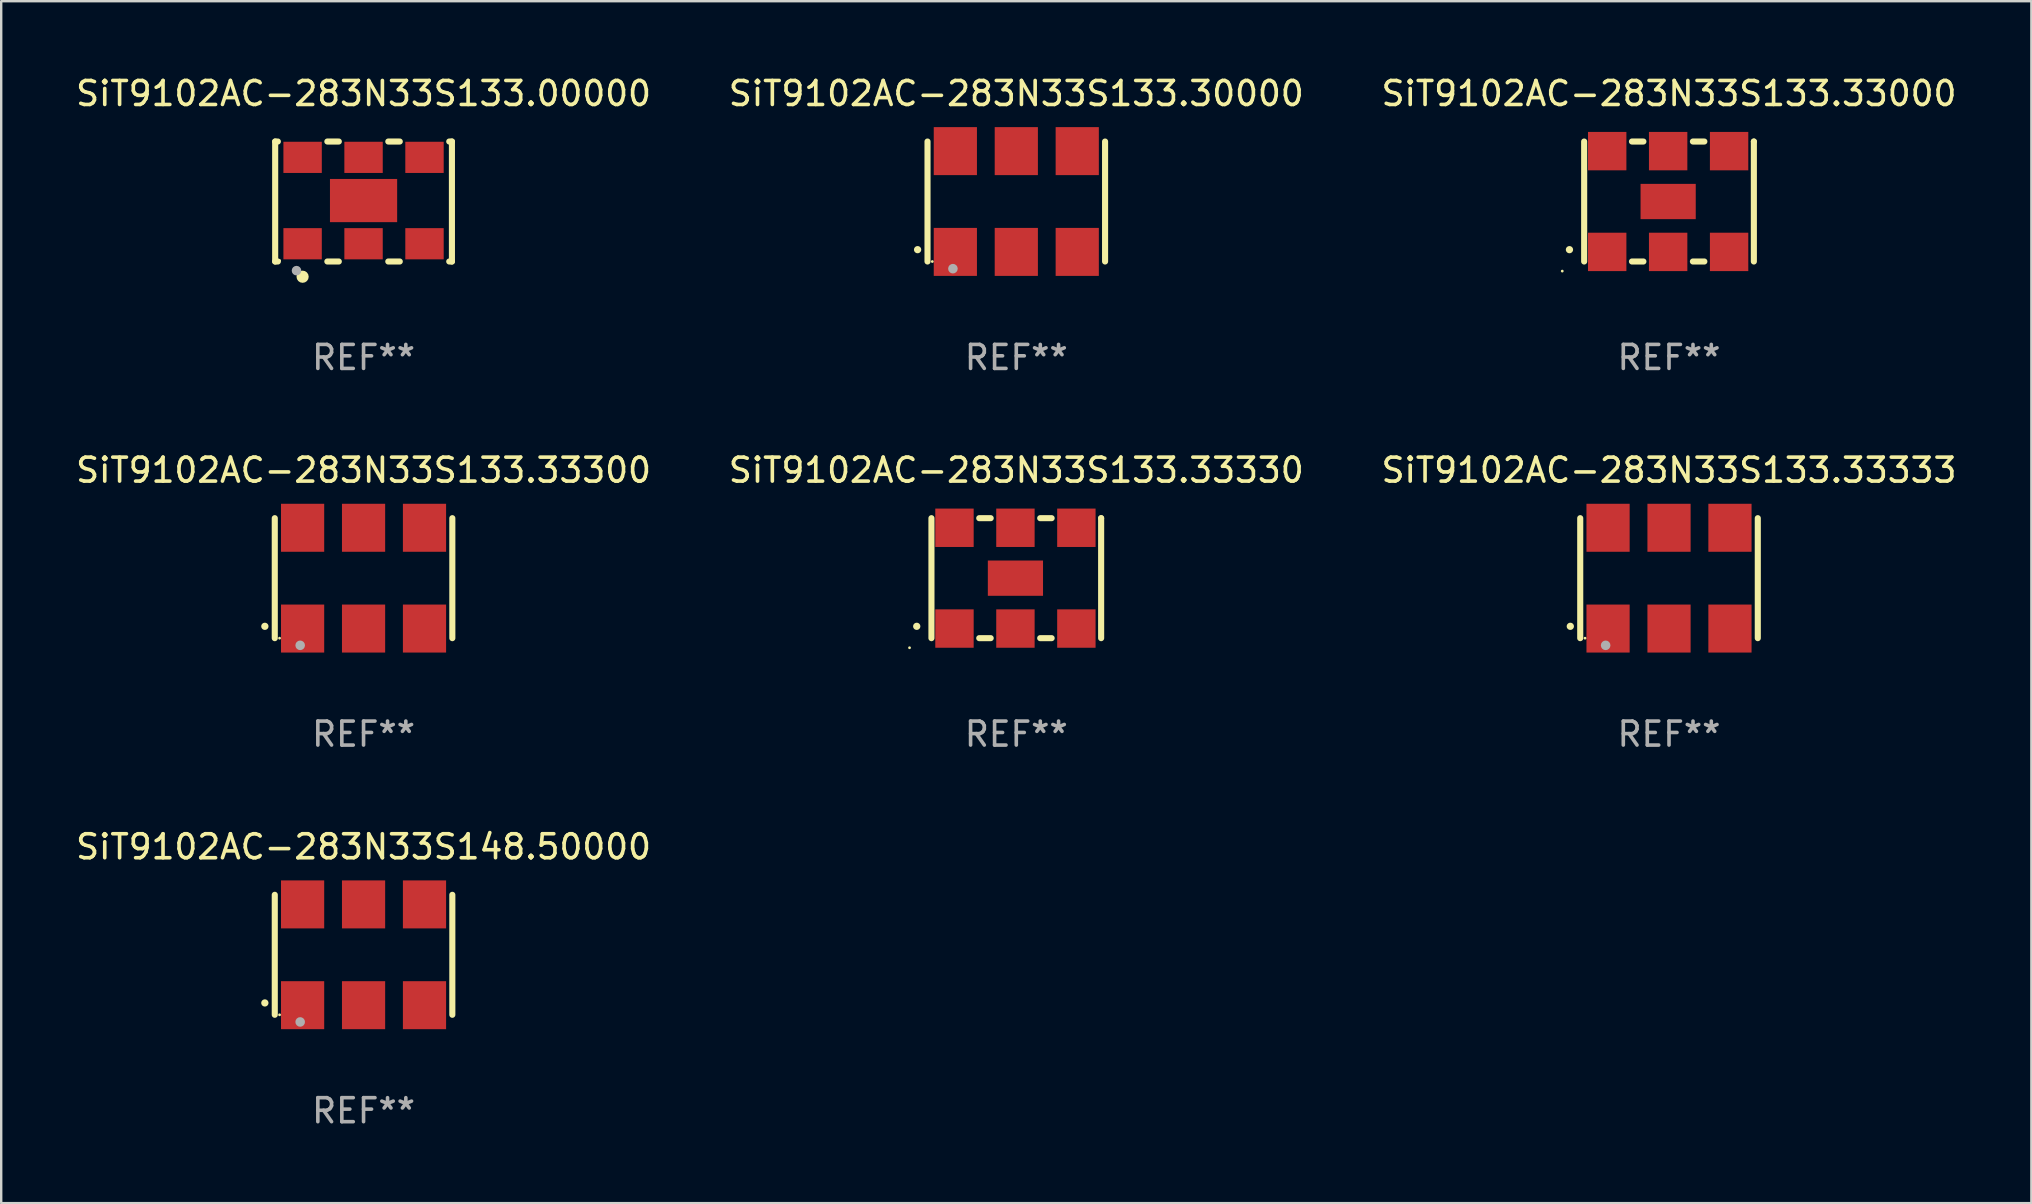
<source format=kicad_pcb>
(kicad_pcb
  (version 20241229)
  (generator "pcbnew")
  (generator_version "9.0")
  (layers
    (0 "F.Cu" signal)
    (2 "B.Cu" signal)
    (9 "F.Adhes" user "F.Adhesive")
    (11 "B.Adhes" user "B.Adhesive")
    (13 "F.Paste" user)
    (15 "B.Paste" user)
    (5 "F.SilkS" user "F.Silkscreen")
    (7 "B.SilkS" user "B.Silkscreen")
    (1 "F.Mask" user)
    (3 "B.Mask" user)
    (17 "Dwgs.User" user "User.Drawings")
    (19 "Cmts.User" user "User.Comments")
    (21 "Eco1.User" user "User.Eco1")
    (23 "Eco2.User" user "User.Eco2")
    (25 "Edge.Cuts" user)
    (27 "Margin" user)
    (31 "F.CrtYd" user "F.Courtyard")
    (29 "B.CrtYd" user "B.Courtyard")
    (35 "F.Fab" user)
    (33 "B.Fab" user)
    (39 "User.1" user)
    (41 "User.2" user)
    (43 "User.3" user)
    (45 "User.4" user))
  (footprint "SiT9102AC-283N33S133.33300"
    (layer "F.Cu")
    (at 12.101 21.045)
    (property "Reference" "SiT9102AC-283N33S133.33300" (at 0 -4.5 0) (layer "F.SilkS") (effects (font (size 1 1) (thickness 0.15))))
    (attr through_hole)
    (fp_line (start -3.7 -2.5) (end -3.7 2.5) (stroke (width 0.254) (type solid)) (layer "F.SilkS"))
    (fp_line (start 3.7 -2.5) (end 3.7 2.5) (stroke (width 0.254) (type solid)) (layer "F.SilkS"))
    (fp_arc (start -4.114415 2.006604) (mid -4.113145 2.006599) (end -4.111875 2.006604) (stroke (width 0.3) (type solid)) (layer "F.SilkS"))
    (fp_circle (center -3.5 2.501) (end -3.47 2.501) (stroke (width 0.06) (type solid)) (fill no) (layer "F.SilkS"))
    (fp_circle (center -2.641 2.799) (end -2.541 2.799) (stroke (width 0.2) (type solid)) (fill no) (layer "F.Fab"))
    (fp_text user "REF**" (at 0 6.5 0) (layer "F.Fab") (effects (font (size 1 1) (thickness 0.15))))
    (pad "1" smd rect (at -2.54 2.1) (size 1.8 2) (layers "F.Cu" "F.Mask" "F.Paste"))
    (pad "2" smd rect (at 0.000394 2.1) (size 1.8 2) (layers "F.Cu" "F.Mask" "F.Paste"))
    (pad "3" smd rect (at 2.54 2.1) (size 1.8 2) (layers "F.Cu" "F.Mask" "F.Paste"))
    (pad "4" smd rect (at 2.54 -2.1) (size 1.8 2) (layers "F.Cu" "F.Mask" "F.Paste"))
    (pad "5" smd rect (at 0.000394 -2.1) (size 1.8 2) (layers "F.Cu" "F.Mask" "F.Paste"))
    (pad "6" smd rect (at -2.54 -2.1) (size 1.8 2) (layers "F.Cu" "F.Mask" "F.Paste")))
  (footprint "SiT9102AC-283N33S133.30000"
    (layer "F.Cu")
    (at 39.304 5.348)
    (property "Reference" "SiT9102AC-283N33S133.30000" (at 0 -4.5 0) (layer "F.SilkS") (effects (font (size 1 1) (thickness 0.15))))
    (attr through_hole)
    (fp_line (start -3.7 -2.5) (end -3.7 2.5) (stroke (width 0.254) (type solid)) (layer "F.SilkS"))
    (fp_line (start 3.7 -2.5) (end 3.7 2.5) (stroke (width 0.254) (type solid)) (layer "F.SilkS"))
    (fp_arc (start -4.114415 2.006604) (mid -4.113145 2.006599) (end -4.111875 2.006604) (stroke (width 0.3) (type solid)) (layer "F.SilkS"))
    (fp_circle (center -3.5 2.501) (end -3.47 2.501) (stroke (width 0.06) (type solid)) (fill no) (layer "F.SilkS"))
    (fp_circle (center -2.641 2.799) (end -2.541 2.799) (stroke (width 0.2) (type solid)) (fill no) (layer "F.Fab"))
    (fp_text user "REF**" (at 0 6.5 0) (layer "F.Fab") (effects (font (size 1 1) (thickness 0.15))))
    (pad "1" smd rect (at -2.54 2.1) (size 1.8 2) (layers "F.Cu" "F.Mask" "F.Paste"))
    (pad "2" smd rect (at 0.000394 2.1) (size 1.8 2) (layers "F.Cu" "F.Mask" "F.Paste"))
    (pad "3" smd rect (at 2.54 2.1) (size 1.8 2) (layers "F.Cu" "F.Mask" "F.Paste"))
    (pad "4" smd rect (at 2.54 -2.1) (size 1.8 2) (layers "F.Cu" "F.Mask" "F.Paste"))
    (pad "5" smd rect (at 0.000394 -2.1) (size 1.8 2) (layers "F.Cu" "F.Mask" "F.Paste"))
    (pad "6" smd rect (at -2.54 -2.1) (size 1.8 2) (layers "F.Cu" "F.Mask" "F.Paste")))
  (footprint "SiT9102AC-283N33S148.50000"
    (layer "F.Cu")
    (at 12.101 36.741)
    (property "Reference" "SiT9102AC-283N33S148.50000" (at 0 -4.5 0) (layer "F.SilkS") (effects (font (size 1 1) (thickness 0.15))))
    (attr through_hole)
    (fp_line (start -3.7 -2.5) (end -3.7 2.5) (stroke (width 0.254) (type solid)) (layer "F.SilkS"))
    (fp_line (start 3.7 -2.5) (end 3.7 2.5) (stroke (width 0.254) (type solid)) (layer "F.SilkS"))
    (fp_arc (start -4.114415 2.006604) (mid -4.113145 2.006599) (end -4.111875 2.006604) (stroke (width 0.3) (type solid)) (layer "F.SilkS"))
    (fp_circle (center -3.5 2.501) (end -3.47 2.501) (stroke (width 0.06) (type solid)) (fill no) (layer "F.SilkS"))
    (fp_circle (center -2.641 2.799) (end -2.541 2.799) (stroke (width 0.2) (type solid)) (fill no) (layer "F.Fab"))
    (fp_text user "REF**" (at 0 6.5 0) (layer "F.Fab") (effects (font (size 1 1) (thickness 0.15))))
    (pad "1" smd rect (at -2.54 2.1) (size 1.8 2) (layers "F.Cu" "F.Mask" "F.Paste"))
    (pad "2" smd rect (at 0.000394 2.1) (size 1.8 2) (layers "F.Cu" "F.Mask" "F.Paste"))
    (pad "3" smd rect (at 2.54 2.1) (size 1.8 2) (layers "F.Cu" "F.Mask" "F.Paste"))
    (pad "4" smd rect (at 2.54 -2.1) (size 1.8 2) (layers "F.Cu" "F.Mask" "F.Paste"))
    (pad "5" smd rect (at 0.000394 -2.1) (size 1.8 2) (layers "F.Cu" "F.Mask" "F.Paste"))
    (pad "6" smd rect (at -2.54 -2.1) (size 1.8 2) (layers "F.Cu" "F.Mask" "F.Paste")))
  (footprint "SiT9102AC-283N33S133.33000"
    (layer "F.Cu")
    (at 66.506 5.348)
    (property "Reference" "SiT9102AC-283N33S133.33000" (at 0 -4.5 0) (layer "F.SilkS") (effects (font (size 1 1) (thickness 0.15))))
    (attr through_hole)
    (fp_line (start -3.536 -2.5) (end -3.536 2.5) (stroke (width 0.254) (type solid)) (layer "F.SilkS"))
    (fp_line (start -1.544 2.5) (end -1.067 2.5) (stroke (width 0.254) (type solid)) (layer "F.SilkS"))
    (fp_line (start -1.067 -2.5) (end -1.544 -2.5) (stroke (width 0.254) (type solid)) (layer "F.SilkS"))
    (fp_line (start 0.996 2.5) (end 1.473 2.5) (stroke (width 0.254) (type solid)) (layer "F.SilkS"))
    (fp_line (start 1.473 -2.5) (end 0.996 -2.5) (stroke (width 0.254) (type solid)) (layer "F.SilkS"))
    (fp_line (start 3.536 -2.5) (end 3.536 -2.5) (stroke (width 0.254) (type solid)) (layer "F.SilkS"))
    (fp_line (start 3.536 2.5) (end 3.536 -2.5) (stroke (width 0.254) (type solid)) (layer "F.SilkS"))
    (fp_arc (start -4.150432 2.006604) (mid -4.149162 2.006599) (end -4.147892 2.006604) (stroke (width 0.3) (type solid)) (layer "F.SilkS"))
    (fp_circle (center -4.449 2.9) (end -4.419 2.9) (stroke (width 0.06) (type solid)) (fill no) (layer "F.SilkS"))
    (fp_text user "REF**" (at 0 6.5 0) (layer "F.Fab") (effects (font (size 1 1) (thickness 0.15))))
    (pad "1" smd rect (at -2.576 2.1) (size 1.6 1.6) (layers "F.Cu" "F.Mask" "F.Paste"))
    (pad "2" smd rect (at -0.036 2.1) (size 1.6 1.6) (layers "F.Cu" "F.Mask" "F.Paste"))
    (pad "3" smd rect (at 2.504 2.1) (size 1.6 1.6) (layers "F.Cu" "F.Mask" "F.Paste"))
    (pad "4" smd rect (at 2.504 -2.1) (size 1.6 1.6) (layers "F.Cu" "F.Mask" "F.Paste"))
    (pad "5" smd rect (at -0.036 -2.1) (size 1.6 1.6) (layers "F.Cu" "F.Mask" "F.Paste"))
    (pad "6" smd rect (at -2.576 -2.1) (size 1.6 1.6) (layers "F.Cu" "F.Mask" "F.Paste"))
    (pad "7" smd rect (at -0.036 0) (size 2.3 1.47) (layers "F.Cu" "F.Mask" "F.Paste")))
  (footprint "SiT9102AC-283N33S133.00000"
    (layer "F.Cu")
    (at 12.101 5.348)
    (property "Reference" "SiT9102AC-283N33S133.00000" (at 0 -4.5 0) (layer "F.SilkS") (effects (font (size 1 1) (thickness 0.15))))
    (attr through_hole)
    (fp_line (start -3.683 -2.5) (end -3.571 -2.5) (stroke (width 0.254) (type solid)) (layer "F.SilkS"))
    (fp_line (start -3.683 2.5) (end -3.683 -2.5) (stroke (width 0.254) (type solid)) (layer "F.SilkS"))
    (fp_line (start -3.683 2.5) (end -3.571 2.5) (stroke (width 0.254) (type solid)) (layer "F.SilkS"))
    (fp_line (start -1.509 -2.5) (end -1.031 -2.5) (stroke (width 0.254) (type solid)) (layer "F.SilkS"))
    (fp_line (start -1.509 2.5) (end -1.031 2.5) (stroke (width 0.254) (type solid)) (layer "F.SilkS"))
    (fp_line (start 1.031 -2.5) (end 1.509 -2.5) (stroke (width 0.254) (type solid)) (layer "F.SilkS"))
    (fp_line (start 1.031 2.5) (end 1.509 2.5) (stroke (width 0.254) (type solid)) (layer "F.SilkS"))
    (fp_line (start 3.571 -2.5) (end 3.683 -2.5) (stroke (width 0.254) (type solid)) (layer "F.SilkS"))
    (fp_line (start 3.571 2.5) (end 3.683 2.5) (stroke (width 0.254) (type solid)) (layer "F.SilkS"))
    (fp_line (start 3.683 2.5) (end 3.683 -2.5) (stroke (width 0.254) (type solid)) (layer "F.SilkS"))
    (fp_circle (center -3.5 2.46) (end -3.47 2.46) (stroke (width 0.06) (type solid)) (fill no) (layer "F.SilkS"))
    (fp_circle (center -2.54 3.135) (end -2.413 3.135) (stroke (width 0.254) (type solid)) (fill no) (layer "F.SilkS"))
    (fp_circle (center -2.794 2.881) (end -2.694 2.881) (stroke (width 0.2) (type solid)) (fill no) (layer "F.Fab"))
    (fp_text user "REF**" (at 0 6.5 0) (layer "F.Fab") (effects (font (size 1 1) (thickness 0.15))))
    (pad "1" smd rect (at -2.54 1.76) (size 1.6 1.3) (layers "F.Cu" "F.Mask" "F.Paste"))
    (pad "2" smd rect (at 0 1.76) (size 1.6 1.3) (layers "F.Cu" "F.Mask" "F.Paste"))
    (pad "3" smd rect (at 2.54 1.76) (size 1.6 1.3) (layers "F.Cu" "F.Mask" "F.Paste"))
    (pad "4" smd rect (at 2.54 -1.84) (size 1.6 1.3) (layers "F.Cu" "F.Mask" "F.Paste"))
    (pad "5" smd rect (at 0 -1.84) (size 1.6 1.3) (layers "F.Cu" "F.Mask" "F.Paste"))
    (pad "6" smd rect (at -2.54 -1.84) (size 1.6 1.3) (layers "F.Cu" "F.Mask" "F.Paste"))
    (pad "7" smd rect (at 0 -0.04) (size 2.8 1.8) (layers "F.Cu" "F.Mask" "F.Paste")))
  (footprint "SiT9102AC-283N33S133.33330"
    (layer "F.Cu")
    (at 39.304 21.045)
    (property "Reference" "SiT9102AC-283N33S133.33330" (at 0 -4.5 0) (layer "F.SilkS") (effects (font (size 1 1) (thickness 0.15))))
    (attr through_hole)
    (fp_line (start -3.536 -2.5) (end -3.536 2.5) (stroke (width 0.254) (type solid)) (layer "F.SilkS"))
    (fp_line (start -1.544 2.5) (end -1.067 2.5) (stroke (width 0.254) (type solid)) (layer "F.SilkS"))
    (fp_line (start -1.067 -2.5) (end -1.544 -2.5) (stroke (width 0.254) (type solid)) (layer "F.SilkS"))
    (fp_line (start 0.996 2.5) (end 1.473 2.5) (stroke (width 0.254) (type solid)) (layer "F.SilkS"))
    (fp_line (start 1.473 -2.5) (end 0.996 -2.5) (stroke (width 0.254) (type solid)) (layer "F.SilkS"))
    (fp_line (start 3.536 -2.5) (end 3.536 -2.5) (stroke (width 0.254) (type solid)) (layer "F.SilkS"))
    (fp_line (start 3.536 2.5) (end 3.536 -2.5) (stroke (width 0.254) (type solid)) (layer "F.SilkS"))
    (fp_arc (start -4.150432 2.006604) (mid -4.149162 2.006599) (end -4.147892 2.006604) (stroke (width 0.3) (type solid)) (layer "F.SilkS"))
    (fp_circle (center -4.449 2.9) (end -4.419 2.9) (stroke (width 0.06) (type solid)) (fill no) (layer "F.SilkS"))
    (fp_text user "REF**" (at 0 6.5 0) (layer "F.Fab") (effects (font (size 1 1) (thickness 0.15))))
    (pad "1" smd rect (at -2.576 2.1) (size 1.6 1.6) (layers "F.Cu" "F.Mask" "F.Paste"))
    (pad "2" smd rect (at -0.036 2.1) (size 1.6 1.6) (layers "F.Cu" "F.Mask" "F.Paste"))
    (pad "3" smd rect (at 2.504 2.1) (size 1.6 1.6) (layers "F.Cu" "F.Mask" "F.Paste"))
    (pad "4" smd rect (at 2.504 -2.1) (size 1.6 1.6) (layers "F.Cu" "F.Mask" "F.Paste"))
    (pad "5" smd rect (at -0.036 -2.1) (size 1.6 1.6) (layers "F.Cu" "F.Mask" "F.Paste"))
    (pad "6" smd rect (at -2.576 -2.1) (size 1.6 1.6) (layers "F.Cu" "F.Mask" "F.Paste"))
    (pad "7" smd rect (at -0.036 0) (size 2.3 1.47) (layers "F.Cu" "F.Mask" "F.Paste")))
  (footprint "SiT9102AC-283N33S133.33333"
    (layer "F.Cu")
    (at 66.506 21.045)
    (property "Reference" "SiT9102AC-283N33S133.33333" (at 0 -4.5 0) (layer "F.SilkS") (effects (font (size 1 1) (thickness 0.15))))
    (attr through_hole)
    (fp_line (start -3.7 -2.5) (end -3.7 2.5) (stroke (width 0.254) (type solid)) (layer "F.SilkS"))
    (fp_line (start 3.7 -2.5) (end 3.7 2.5) (stroke (width 0.254) (type solid)) (layer "F.SilkS"))
    (fp_arc (start -4.114415 2.006604) (mid -4.113145 2.006599) (end -4.111875 2.006604) (stroke (width 0.3) (type solid)) (layer "F.SilkS"))
    (fp_circle (center -3.5 2.501) (end -3.47 2.501) (stroke (width 0.06) (type solid)) (fill no) (layer "F.SilkS"))
    (fp_circle (center -2.641 2.799) (end -2.541 2.799) (stroke (width 0.2) (type solid)) (fill no) (layer "F.Fab"))
    (fp_text user "REF**" (at 0 6.5 0) (layer "F.Fab") (effects (font (size 1 1) (thickness 0.15))))
    (pad "1" smd rect (at -2.54 2.1) (size 1.8 2) (layers "F.Cu" "F.Mask" "F.Paste"))
    (pad "2" smd rect (at 0.000394 2.1) (size 1.8 2) (layers "F.Cu" "F.Mask" "F.Paste"))
    (pad "3" smd rect (at 2.54 2.1) (size 1.8 2) (layers "F.Cu" "F.Mask" "F.Paste"))
    (pad "4" smd rect (at 2.54 -2.1) (size 1.8 2) (layers "F.Cu" "F.Mask" "F.Paste"))
    (pad "5" smd rect (at 0.000394 -2.1) (size 1.8 2) (layers "F.Cu" "F.Mask" "F.Paste"))
    (pad "6" smd rect (at -2.54 -2.1) (size 1.8 2) (layers "F.Cu" "F.Mask" "F.Paste")))
  (gr_rect
    (start -3 -3)
    (end 81.607 47.09)
    (stroke (width 0.1) (type default))
    (fill no)
    (layer "Edge.Cuts")))
</source>
